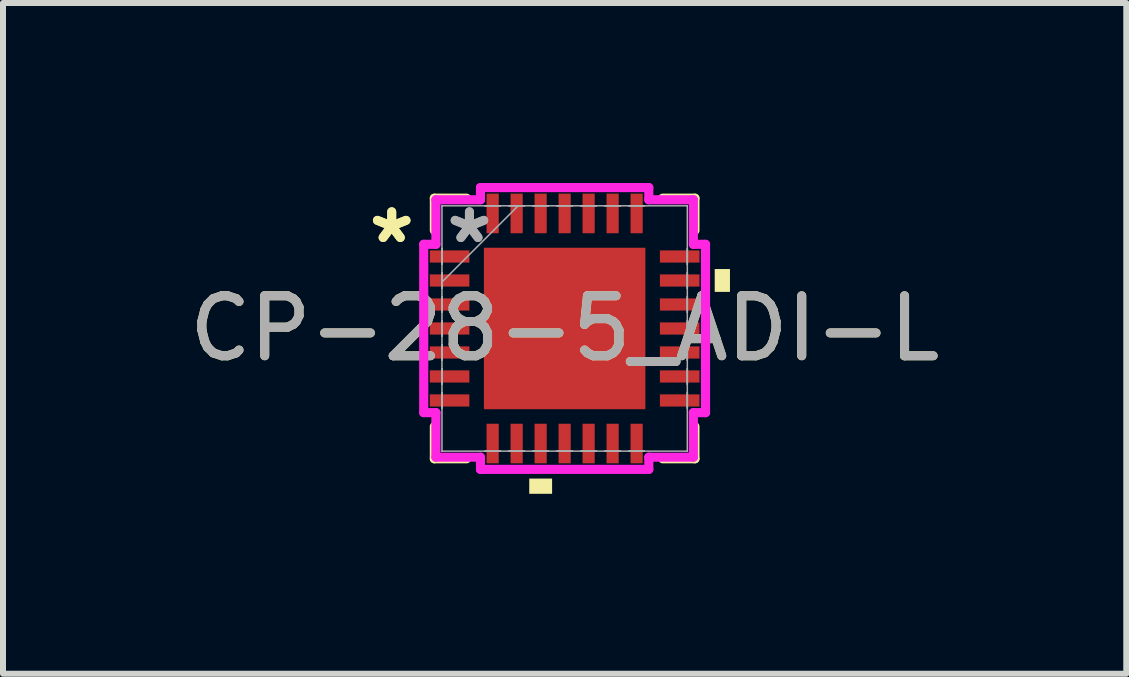
<source format=kicad_pcb>
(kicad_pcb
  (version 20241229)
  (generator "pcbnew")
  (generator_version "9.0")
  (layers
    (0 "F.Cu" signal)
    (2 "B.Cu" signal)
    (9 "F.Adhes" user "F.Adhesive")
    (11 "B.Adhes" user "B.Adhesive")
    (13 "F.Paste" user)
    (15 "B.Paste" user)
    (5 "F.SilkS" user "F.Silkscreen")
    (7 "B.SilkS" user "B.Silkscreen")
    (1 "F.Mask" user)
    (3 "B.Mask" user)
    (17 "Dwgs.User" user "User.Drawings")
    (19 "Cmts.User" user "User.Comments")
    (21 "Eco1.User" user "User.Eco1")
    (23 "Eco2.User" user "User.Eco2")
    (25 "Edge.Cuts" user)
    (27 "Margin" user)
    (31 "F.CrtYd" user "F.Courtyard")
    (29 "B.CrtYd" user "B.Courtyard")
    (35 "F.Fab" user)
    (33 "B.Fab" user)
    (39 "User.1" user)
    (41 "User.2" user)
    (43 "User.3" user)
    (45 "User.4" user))
  (footprint "CP-28-5_ADI-L"
    (layer "F.Cu")
    (at 6.363 2.426)
    (property "Reference" "CP-28-5_ADI-L" (at 0 0 0) (unlocked yes) (layer "F.SilkS") (effects (font (size 1 1) (thickness 0.15))))
    (attr smd)
    (fp_line (start -2.172 -2.172) (end -2.172 -1.634) (stroke (width 0.152) (type solid)) (layer "F.SilkS"))
    (fp_line (start -2.172 1.634) (end -2.172 2.172) (stroke (width 0.152) (type solid)) (layer "F.SilkS"))
    (fp_line (start -2.172 2.172) (end -1.634 2.172) (stroke (width 0.152) (type solid)) (layer "F.SilkS"))
    (fp_line (start -1.634 -2.172) (end -2.172 -2.172) (stroke (width 0.152) (type solid)) (layer "F.SilkS"))
    (fp_line (start 1.634 2.172) (end 2.172 2.172) (stroke (width 0.152) (type solid)) (layer "F.SilkS"))
    (fp_line (start 2.172 -2.172) (end 1.634 -2.172) (stroke (width 0.152) (type solid)) (layer "F.SilkS"))
    (fp_line (start 2.172 -1.634) (end 2.172 -2.172) (stroke (width 0.152) (type solid)) (layer "F.SilkS"))
    (fp_line (start 2.172 2.172) (end 2.172 1.634) (stroke (width 0.152) (type solid)) (layer "F.SilkS"))
    (fp_poly (pts (xy -0.59 2.502) (xy -0.59 2.756) (xy -0.209 2.756) (xy -0.209 2.502)) (stroke (width 0) (type solid)) (fill yes) (layer "F.SilkS"))
    (fp_poly (pts (xy 2.756 -0.991) (xy 2.756 -0.61) (xy 2.502 -0.61) (xy 2.502 -0.991)) (stroke (width 0) (type solid)) (fill yes) (layer "F.SilkS"))
    (fp_poly (pts (xy -1.246 -1.246) (xy -1.246 -0.1) (xy -0.1 -0.1) (xy -0.1 -1.246)) (stroke (width 0) (type solid)) (fill yes) (layer "F.Paste"))
    (fp_poly (pts (xy -1.246 0.1) (xy -1.246 1.246) (xy -0.1 1.246) (xy -0.1 0.1)) (stroke (width 0) (type solid)) (fill yes) (layer "F.Paste"))
    (fp_poly (pts (xy 0.1 -1.246) (xy 0.1 -0.1) (xy 1.246 -0.1) (xy 1.246 -1.246)) (stroke (width 0) (type solid)) (fill yes) (layer "F.Paste"))
    (fp_poly (pts (xy 0.1 0.1) (xy 0.1 1.246) (xy 1.246 1.246) (xy 1.246 0.1)) (stroke (width 0) (type solid)) (fill yes) (layer "F.Paste"))
    (fp_line (start -2.349 -1.403) (end -2.146 -1.403) (stroke (width 0.152) (type solid)) (layer "F.CrtYd"))
    (fp_line (start -2.349 1.403) (end -2.349 -1.403) (stroke (width 0.152) (type solid)) (layer "F.CrtYd"))
    (fp_line (start -2.146 -2.146) (end -1.403 -2.146) (stroke (width 0.152) (type solid)) (layer "F.CrtYd"))
    (fp_line (start -2.146 -1.403) (end -2.146 -2.146) (stroke (width 0.152) (type solid)) (layer "F.CrtYd"))
    (fp_line (start -2.146 1.403) (end -2.349 1.403) (stroke (width 0.152) (type solid)) (layer "F.CrtYd"))
    (fp_line (start -2.146 2.146) (end -2.146 1.403) (stroke (width 0.152) (type solid)) (layer "F.CrtYd"))
    (fp_line (start -1.403 -2.349) (end 1.403 -2.349) (stroke (width 0.152) (type solid)) (layer "F.CrtYd"))
    (fp_line (start -1.403 -2.146) (end -1.403 -2.349) (stroke (width 0.152) (type solid)) (layer "F.CrtYd"))
    (fp_line (start -1.403 2.146) (end -2.146 2.146) (stroke (width 0.152) (type solid)) (layer "F.CrtYd"))
    (fp_line (start -1.403 2.349) (end -1.403 2.146) (stroke (width 0.152) (type solid)) (layer "F.CrtYd"))
    (fp_line (start 1.403 -2.349) (end 1.403 -2.146) (stroke (width 0.152) (type solid)) (layer "F.CrtYd"))
    (fp_line (start 1.403 -2.146) (end 2.146 -2.146) (stroke (width 0.152) (type solid)) (layer "F.CrtYd"))
    (fp_line (start 1.403 2.146) (end 1.403 2.349) (stroke (width 0.152) (type solid)) (layer "F.CrtYd"))
    (fp_line (start 1.403 2.349) (end -1.403 2.349) (stroke (width 0.152) (type solid)) (layer "F.CrtYd"))
    (fp_line (start 2.146 -2.146) (end 2.146 -1.403) (stroke (width 0.152) (type solid)) (layer "F.CrtYd"))
    (fp_line (start 2.146 -1.403) (end 2.349 -1.403) (stroke (width 0.152) (type solid)) (layer "F.CrtYd"))
    (fp_line (start 2.146 1.403) (end 2.146 2.146) (stroke (width 0.152) (type solid)) (layer "F.CrtYd"))
    (fp_line (start 2.146 2.146) (end 1.403 2.146) (stroke (width 0.152) (type solid)) (layer "F.CrtYd"))
    (fp_line (start 2.349 -1.403) (end 2.349 1.403) (stroke (width 0.152) (type solid)) (layer "F.CrtYd"))
    (fp_line (start 2.349 1.403) (end 2.146 1.403) (stroke (width 0.152) (type solid)) (layer "F.CrtYd"))
    (fp_line (start -2.045 -2.045) (end -2.045 -2.045) (stroke (width 0.025) (type solid)) (layer "F.Fab"))
    (fp_line (start -2.045 -2.045) (end -2.045 2.045) (stroke (width 0.025) (type solid)) (layer "F.Fab"))
    (fp_line (start -2.045 -1.327) (end -2.045 -1.327) (stroke (width 0.025) (type solid)) (layer "F.Fab"))
    (fp_line (start -2.045 -1.327) (end -2.045 -1.073) (stroke (width 0.025) (type solid)) (layer "F.Fab"))
    (fp_line (start -2.045 -1.073) (end -2.045 -1.327) (stroke (width 0.025) (type solid)) (layer "F.Fab"))
    (fp_line (start -2.045 -1.073) (end -2.045 -1.073) (stroke (width 0.025) (type solid)) (layer "F.Fab"))
    (fp_line (start -2.045 -0.927) (end -2.045 -0.927) (stroke (width 0.025) (type solid)) (layer "F.Fab"))
    (fp_line (start -2.045 -0.927) (end -2.045 -0.673) (stroke (width 0.025) (type solid)) (layer "F.Fab"))
    (fp_line (start -2.045 -0.775) (end -0.775 -2.045) (stroke (width 0.025) (type solid)) (layer "F.Fab"))
    (fp_line (start -2.045 -0.673) (end -2.045 -0.927) (stroke (width 0.025) (type solid)) (layer "F.Fab"))
    (fp_line (start -2.045 -0.673) (end -2.045 -0.673) (stroke (width 0.025) (type solid)) (layer "F.Fab"))
    (fp_line (start -2.045 -0.527) (end -2.045 -0.527) (stroke (width 0.025) (type solid)) (layer "F.Fab"))
    (fp_line (start -2.045 -0.527) (end -2.045 -0.273) (stroke (width 0.025) (type solid)) (layer "F.Fab"))
    (fp_line (start -2.045 -0.273) (end -2.045 -0.527) (stroke (width 0.025) (type solid)) (layer "F.Fab"))
    (fp_line (start -2.045 -0.273) (end -2.045 -0.273) (stroke (width 0.025) (type solid)) (layer "F.Fab"))
    (fp_line (start -2.045 -0.127) (end -2.045 -0.127) (stroke (width 0.025) (type solid)) (layer "F.Fab"))
    (fp_line (start -2.045 -0.127) (end -2.045 0.127) (stroke (width 0.025) (type solid)) (layer "F.Fab"))
    (fp_line (start -2.045 0.127) (end -2.045 -0.127) (stroke (width 0.025) (type solid)) (layer "F.Fab"))
    (fp_line (start -2.045 0.127) (end -2.045 0.127) (stroke (width 0.025) (type solid)) (layer "F.Fab"))
    (fp_line (start -2.045 0.273) (end -2.045 0.273) (stroke (width 0.025) (type solid)) (layer "F.Fab"))
    (fp_line (start -2.045 0.273) (end -2.045 0.527) (stroke (width 0.025) (type solid)) (layer "F.Fab"))
    (fp_line (start -2.045 0.527) (end -2.045 0.273) (stroke (width 0.025) (type solid)) (layer "F.Fab"))
    (fp_line (start -2.045 0.527) (end -2.045 0.527) (stroke (width 0.025) (type solid)) (layer "F.Fab"))
    (fp_line (start -2.045 0.673) (end -2.045 0.673) (stroke (width 0.025) (type solid)) (layer "F.Fab"))
    (fp_line (start -2.045 0.673) (end -2.045 0.927) (stroke (width 0.025) (type solid)) (layer "F.Fab"))
    (fp_line (start -2.045 0.927) (end -2.045 0.673) (stroke (width 0.025) (type solid)) (layer "F.Fab"))
    (fp_line (start -2.045 0.927) (end -2.045 0.927) (stroke (width 0.025) (type solid)) (layer "F.Fab"))
    (fp_line (start -2.045 1.073) (end -2.045 1.073) (stroke (width 0.025) (type solid)) (layer "F.Fab"))
    (fp_line (start -2.045 1.073) (end -2.045 1.327) (stroke (width 0.025) (type solid)) (layer "F.Fab"))
    (fp_line (start -2.045 1.327) (end -2.045 1.073) (stroke (width 0.025) (type solid)) (layer "F.Fab"))
    (fp_line (start -2.045 1.327) (end -2.045 1.327) (stroke (width 0.025) (type solid)) (layer "F.Fab"))
    (fp_line (start -2.045 2.045) (end -2.045 2.045) (stroke (width 0.025) (type solid)) (layer "F.Fab"))
    (fp_line (start -2.045 2.045) (end 2.045 2.045) (stroke (width 0.025) (type solid)) (layer "F.Fab"))
    (fp_line (start -1.327 -2.045) (end -1.327 -2.045) (stroke (width 0.025) (type solid)) (layer "F.Fab"))
    (fp_line (start -1.327 -2.045) (end -1.073 -2.045) (stroke (width 0.025) (type solid)) (layer "F.Fab"))
    (fp_line (start -1.327 2.045) (end -1.327 2.045) (stroke (width 0.025) (type solid)) (layer "F.Fab"))
    (fp_line (start -1.327 2.045) (end -1.073 2.045) (stroke (width 0.025) (type solid)) (layer "F.Fab"))
    (fp_line (start -1.073 -2.045) (end -1.327 -2.045) (stroke (width 0.025) (type solid)) (layer "F.Fab"))
    (fp_line (start -1.073 -2.045) (end -1.073 -2.045) (stroke (width 0.025) (type solid)) (layer "F.Fab"))
    (fp_line (start -1.073 2.045) (end -1.327 2.045) (stroke (width 0.025) (type solid)) (layer "F.Fab"))
    (fp_line (start -1.073 2.045) (end -1.073 2.045) (stroke (width 0.025) (type solid)) (layer "F.Fab"))
    (fp_line (start -0.927 -2.045) (end -0.927 -2.045) (stroke (width 0.025) (type solid)) (layer "F.Fab"))
    (fp_line (start -0.927 -2.045) (end -0.673 -2.045) (stroke (width 0.025) (type solid)) (layer "F.Fab"))
    (fp_line (start -0.927 2.045) (end -0.927 2.045) (stroke (width 0.025) (type solid)) (layer "F.Fab"))
    (fp_line (start -0.927 2.045) (end -0.673 2.045) (stroke (width 0.025) (type solid)) (layer "F.Fab"))
    (fp_line (start -0.673 -2.045) (end -0.927 -2.045) (stroke (width 0.025) (type solid)) (layer "F.Fab"))
    (fp_line (start -0.673 -2.045) (end -0.673 -2.045) (stroke (width 0.025) (type solid)) (layer "F.Fab"))
    (fp_line (start -0.673 2.045) (end -0.927 2.045) (stroke (width 0.025) (type solid)) (layer "F.Fab"))
    (fp_line (start -0.673 2.045) (end -0.673 2.045) (stroke (width 0.025) (type solid)) (layer "F.Fab"))
    (fp_line (start -0.527 -2.045) (end -0.527 -2.045) (stroke (width 0.025) (type solid)) (layer "F.Fab"))
    (fp_line (start -0.527 -2.045) (end -0.273 -2.045) (stroke (width 0.025) (type solid)) (layer "F.Fab"))
    (fp_line (start -0.527 2.045) (end -0.527 2.045) (stroke (width 0.025) (type solid)) (layer "F.Fab"))
    (fp_line (start -0.527 2.045) (end -0.273 2.045) (stroke (width 0.025) (type solid)) (layer "F.Fab"))
    (fp_line (start -0.273 -2.045) (end -0.527 -2.045) (stroke (width 0.025) (type solid)) (layer "F.Fab"))
    (fp_line (start -0.273 -2.045) (end -0.273 -2.045) (stroke (width 0.025) (type solid)) (layer "F.Fab"))
    (fp_line (start -0.273 2.045) (end -0.527 2.045) (stroke (width 0.025) (type solid)) (layer "F.Fab"))
    (fp_line (start -0.273 2.045) (end -0.273 2.045) (stroke (width 0.025) (type solid)) (layer "F.Fab"))
    (fp_line (start -0.127 -2.045) (end -0.127 -2.045) (stroke (width 0.025) (type solid)) (layer "F.Fab"))
    (fp_line (start -0.127 -2.045) (end 0.127 -2.045) (stroke (width 0.025) (type solid)) (layer "F.Fab"))
    (fp_line (start -0.127 2.045) (end -0.127 2.045) (stroke (width 0.025) (type solid)) (layer "F.Fab"))
    (fp_line (start -0.127 2.045) (end 0.127 2.045) (stroke (width 0.025) (type solid)) (layer "F.Fab"))
    (fp_line (start 0.127 -2.045) (end -0.127 -2.045) (stroke (width 0.025) (type solid)) (layer "F.Fab"))
    (fp_line (start 0.127 -2.045) (end 0.127 -2.045) (stroke (width 0.025) (type solid)) (layer "F.Fab"))
    (fp_line (start 0.127 2.045) (end -0.127 2.045) (stroke (width 0.025) (type solid)) (layer "F.Fab"))
    (fp_line (start 0.127 2.045) (end 0.127 2.045) (stroke (width 0.025) (type solid)) (layer "F.Fab"))
    (fp_line (start 0.273 -2.045) (end 0.273 -2.045) (stroke (width 0.025) (type solid)) (layer "F.Fab"))
    (fp_line (start 0.273 -2.045) (end 0.527 -2.045) (stroke (width 0.025) (type solid)) (layer "F.Fab"))
    (fp_line (start 0.273 2.045) (end 0.273 2.045) (stroke (width 0.025) (type solid)) (layer "F.Fab"))
    (fp_line (start 0.273 2.045) (end 0.527 2.045) (stroke (width 0.025) (type solid)) (layer "F.Fab"))
    (fp_line (start 0.527 -2.045) (end 0.273 -2.045) (stroke (width 0.025) (type solid)) (layer "F.Fab"))
    (fp_line (start 0.527 -2.045) (end 0.527 -2.045) (stroke (width 0.025) (type solid)) (layer "F.Fab"))
    (fp_line (start 0.527 2.045) (end 0.273 2.045) (stroke (width 0.025) (type solid)) (layer "F.Fab"))
    (fp_line (start 0.527 2.045) (end 0.527 2.045) (stroke (width 0.025) (type solid)) (layer "F.Fab"))
    (fp_line (start 0.673 -2.045) (end 0.673 -2.045) (stroke (width 0.025) (type solid)) (layer "F.Fab"))
    (fp_line (start 0.673 -2.045) (end 0.927 -2.045) (stroke (width 0.025) (type solid)) (layer "F.Fab"))
    (fp_line (start 0.673 2.045) (end 0.673 2.045) (stroke (width 0.025) (type solid)) (layer "F.Fab"))
    (fp_line (start 0.673 2.045) (end 0.927 2.045) (stroke (width 0.025) (type solid)) (layer "F.Fab"))
    (fp_line (start 0.927 -2.045) (end 0.673 -2.045) (stroke (width 0.025) (type solid)) (layer "F.Fab"))
    (fp_line (start 0.927 -2.045) (end 0.927 -2.045) (stroke (width 0.025) (type solid)) (layer "F.Fab"))
    (fp_line (start 0.927 2.045) (end 0.673 2.045) (stroke (width 0.025) (type solid)) (layer "F.Fab"))
    (fp_line (start 0.927 2.045) (end 0.927 2.045) (stroke (width 0.025) (type solid)) (layer "F.Fab"))
    (fp_line (start 1.073 -2.045) (end 1.073 -2.045) (stroke (width 0.025) (type solid)) (layer "F.Fab"))
    (fp_line (start 1.073 -2.045) (end 1.327 -2.045) (stroke (width 0.025) (type solid)) (layer "F.Fab"))
    (fp_line (start 1.073 2.045) (end 1.073 2.045) (stroke (width 0.025) (type solid)) (layer "F.Fab"))
    (fp_line (start 1.073 2.045) (end 1.327 2.045) (stroke (width 0.025) (type solid)) (layer "F.Fab"))
    (fp_line (start 1.327 -2.045) (end 1.073 -2.045) (stroke (width 0.025) (type solid)) (layer "F.Fab"))
    (fp_line (start 1.327 -2.045) (end 1.327 -2.045) (stroke (width 0.025) (type solid)) (layer "F.Fab"))
    (fp_line (start 1.327 2.045) (end 1.073 2.045) (stroke (width 0.025) (type solid)) (layer "F.Fab"))
    (fp_line (start 1.327 2.045) (end 1.327 2.045) (stroke (width 0.025) (type solid)) (layer "F.Fab"))
    (fp_line (start 2.045 -2.045) (end -2.045 -2.045) (stroke (width 0.025) (type solid)) (layer "F.Fab"))
    (fp_line (start 2.045 -2.045) (end 2.045 -2.045) (stroke (width 0.025) (type solid)) (layer "F.Fab"))
    (fp_line (start 2.045 -1.327) (end 2.045 -1.327) (stroke (width 0.025) (type solid)) (layer "F.Fab"))
    (fp_line (start 2.045 -1.327) (end 2.045 -1.073) (stroke (width 0.025) (type solid)) (layer "F.Fab"))
    (fp_line (start 2.045 -1.073) (end 2.045 -1.327) (stroke (width 0.025) (type solid)) (layer "F.Fab"))
    (fp_line (start 2.045 -1.073) (end 2.045 -1.073) (stroke (width 0.025) (type solid)) (layer "F.Fab"))
    (fp_line (start 2.045 -0.927) (end 2.045 -0.927) (stroke (width 0.025) (type solid)) (layer "F.Fab"))
    (fp_line (start 2.045 -0.927) (end 2.045 -0.673) (stroke (width 0.025) (type solid)) (layer "F.Fab"))
    (fp_line (start 2.045 -0.673) (end 2.045 -0.927) (stroke (width 0.025) (type solid)) (layer "F.Fab"))
    (fp_line (start 2.045 -0.673) (end 2.045 -0.673) (stroke (width 0.025) (type solid)) (layer "F.Fab"))
    (fp_line (start 2.045 -0.527) (end 2.045 -0.527) (stroke (width 0.025) (type solid)) (layer "F.Fab"))
    (fp_line (start 2.045 -0.527) (end 2.045 -0.273) (stroke (width 0.025) (type solid)) (layer "F.Fab"))
    (fp_line (start 2.045 -0.273) (end 2.045 -0.527) (stroke (width 0.025) (type solid)) (layer "F.Fab"))
    (fp_line (start 2.045 -0.273) (end 2.045 -0.273) (stroke (width 0.025) (type solid)) (layer "F.Fab"))
    (fp_line (start 2.045 -0.127) (end 2.045 -0.127) (stroke (width 0.025) (type solid)) (layer "F.Fab"))
    (fp_line (start 2.045 -0.127) (end 2.045 0.127) (stroke (width 0.025) (type solid)) (layer "F.Fab"))
    (fp_line (start 2.045 0.127) (end 2.045 -0.127) (stroke (width 0.025) (type solid)) (layer "F.Fab"))
    (fp_line (start 2.045 0.127) (end 2.045 0.127) (stroke (width 0.025) (type solid)) (layer "F.Fab"))
    (fp_line (start 2.045 0.273) (end 2.045 0.273) (stroke (width 0.025) (type solid)) (layer "F.Fab"))
    (fp_line (start 2.045 0.273) (end 2.045 0.527) (stroke (width 0.025) (type solid)) (layer "F.Fab"))
    (fp_line (start 2.045 0.527) (end 2.045 0.273) (stroke (width 0.025) (type solid)) (layer "F.Fab"))
    (fp_line (start 2.045 0.527) (end 2.045 0.527) (stroke (width 0.025) (type solid)) (layer "F.Fab"))
    (fp_line (start 2.045 0.673) (end 2.045 0.673) (stroke (width 0.025) (type solid)) (layer "F.Fab"))
    (fp_line (start 2.045 0.673) (end 2.045 0.927) (stroke (width 0.025) (type solid)) (layer "F.Fab"))
    (fp_line (start 2.045 0.927) (end 2.045 0.673) (stroke (width 0.025) (type solid)) (layer "F.Fab"))
    (fp_line (start 2.045 0.927) (end 2.045 0.927) (stroke (width 0.025) (type solid)) (layer "F.Fab"))
    (fp_line (start 2.045 1.073) (end 2.045 1.073) (stroke (width 0.025) (type solid)) (layer "F.Fab"))
    (fp_line (start 2.045 1.073) (end 2.045 1.327) (stroke (width 0.025) (type solid)) (layer "F.Fab"))
    (fp_line (start 2.045 1.327) (end 2.045 1.073) (stroke (width 0.025) (type solid)) (layer "F.Fab"))
    (fp_line (start 2.045 1.327) (end 2.045 1.327) (stroke (width 0.025) (type solid)) (layer "F.Fab"))
    (fp_line (start 2.045 2.045) (end 2.045 -2.045) (stroke (width 0.025) (type solid)) (layer "F.Fab"))
    (fp_line (start 2.045 2.045) (end 2.045 2.045) (stroke (width 0.025) (type solid)) (layer "F.Fab"))
    (fp_text user "*" (at -2.883 -1.4 0) (layer "F.SilkS") (effects (font (size 1 1) (thickness 0.15))))
    (fp_text user "*" (at -2.883 -1.4 0) (unlocked yes) (layer "F.SilkS") (effects (font (size 1 1) (thickness 0.15))))
    (fp_text user "*" (at -1.587 -1.4 0) (layer "F.Fab") (effects (font (size 1 1) (thickness 0.15))))
    (fp_text user "*" (at -1.587 -1.4 0) (unlocked yes) (layer "F.Fab") (effects (font (size 1 1) (thickness 0.15))))
    (fp_text user "${REFERENCE}" (at 0 0 0) (unlocked yes) (layer "F.Fab") (effects (font (size 1 1) (thickness 0.15))))
    (pad "1" smd rect (at -1.918 -1.2 90) (size 0.203 0.66) (layers "F.Cu" "F.Mask" "F.Paste"))
    (pad "2" smd rect (at -1.918 -0.8 90) (size 0.203 0.66) (layers "F.Cu" "F.Mask" "F.Paste"))
    (pad "3" smd rect (at -1.918 -0.4 90) (size 0.203 0.66) (layers "F.Cu" "F.Mask" "F.Paste"))
    (pad "4" smd rect (at -1.918 0 90) (size 0.203 0.66) (layers "F.Cu" "F.Mask" "F.Paste"))
    (pad "5" smd rect (at -1.918 0.4 90) (size 0.203 0.66) (layers "F.Cu" "F.Mask" "F.Paste"))
    (pad "6" smd rect (at -1.918 0.8 90) (size 0.203 0.66) (layers "F.Cu" "F.Mask" "F.Paste"))
    (pad "7" smd rect (at -1.918 1.2 90) (size 0.203 0.66) (layers "F.Cu" "F.Mask" "F.Paste"))
    (pad "8" smd rect (at -1.2 1.918) (size 0.203 0.66) (layers "F.Cu" "F.Mask" "F.Paste"))
    (pad "9" smd rect (at -0.8 1.918) (size 0.203 0.66) (layers "F.Cu" "F.Mask" "F.Paste"))
    (pad "10" smd rect (at -0.4 1.918) (size 0.203 0.66) (layers "F.Cu" "F.Mask" "F.Paste"))
    (pad "11" smd rect (at 0 1.918) (size 0.203 0.66) (layers "F.Cu" "F.Mask" "F.Paste"))
    (pad "12" smd rect (at 0.4 1.918) (size 0.203 0.66) (layers "F.Cu" "F.Mask" "F.Paste"))
    (pad "13" smd rect (at 0.8 1.918) (size 0.203 0.66) (layers "F.Cu" "F.Mask" "F.Paste"))
    (pad "14" smd rect (at 1.2 1.918) (size 0.203 0.66) (layers "F.Cu" "F.Mask" "F.Paste"))
    (pad "15" smd rect (at 1.918 1.2 90) (size 0.203 0.66) (layers "F.Cu" "F.Mask" "F.Paste"))
    (pad "16" smd rect (at 1.918 0.8 90) (size 0.203 0.66) (layers "F.Cu" "F.Mask" "F.Paste"))
    (pad "17" smd rect (at 1.918 0.4 90) (size 0.203 0.66) (layers "F.Cu" "F.Mask" "F.Paste"))
    (pad "18" smd rect (at 1.918 0 90) (size 0.203 0.66) (layers "F.Cu" "F.Mask" "F.Paste"))
    (pad "19" smd rect (at 1.918 -0.4 90) (size 0.203 0.66) (layers "F.Cu" "F.Mask" "F.Paste"))
    (pad "20" smd rect (at 1.918 -0.8 90) (size 0.203 0.66) (layers "F.Cu" "F.Mask" "F.Paste"))
    (pad "21" smd rect (at 1.918 -1.2 90) (size 0.203 0.66) (layers "F.Cu" "F.Mask" "F.Paste"))
    (pad "22" smd rect (at 1.2 -1.918) (size 0.203 0.66) (layers "F.Cu" "F.Mask" "F.Paste"))
    (pad "23" smd rect (at 0.8 -1.918) (size 0.203 0.66) (layers "F.Cu" "F.Mask" "F.Paste"))
    (pad "24" smd rect (at 0.4 -1.918) (size 0.203 0.66) (layers "F.Cu" "F.Mask" "F.Paste"))
    (pad "25" smd rect (at 0 -1.918) (size 0.203 0.66) (layers "F.Cu" "F.Mask" "F.Paste"))
    (pad "26" smd rect (at -0.4 -1.918) (size 0.203 0.66) (layers "F.Cu" "F.Mask" "F.Paste"))
    (pad "27" smd rect (at -0.8 -1.918) (size 0.203 0.66) (layers "F.Cu" "F.Mask" "F.Paste"))
    (pad "28" smd rect (at -1.2 -1.918) (size 0.203 0.66) (layers "F.Cu" "F.Mask" "F.Paste"))
    (pad "29" smd rect (at 0 0) (size 2.692 2.692) (layers "F.Cu" "F.Mask")))
  (gr_rect
    (start -3 -3)
    (end 15.726 8.182)
    (stroke (width 0.1) (type default))
    (fill no)
    (layer "Edge.Cuts")))
</source>
